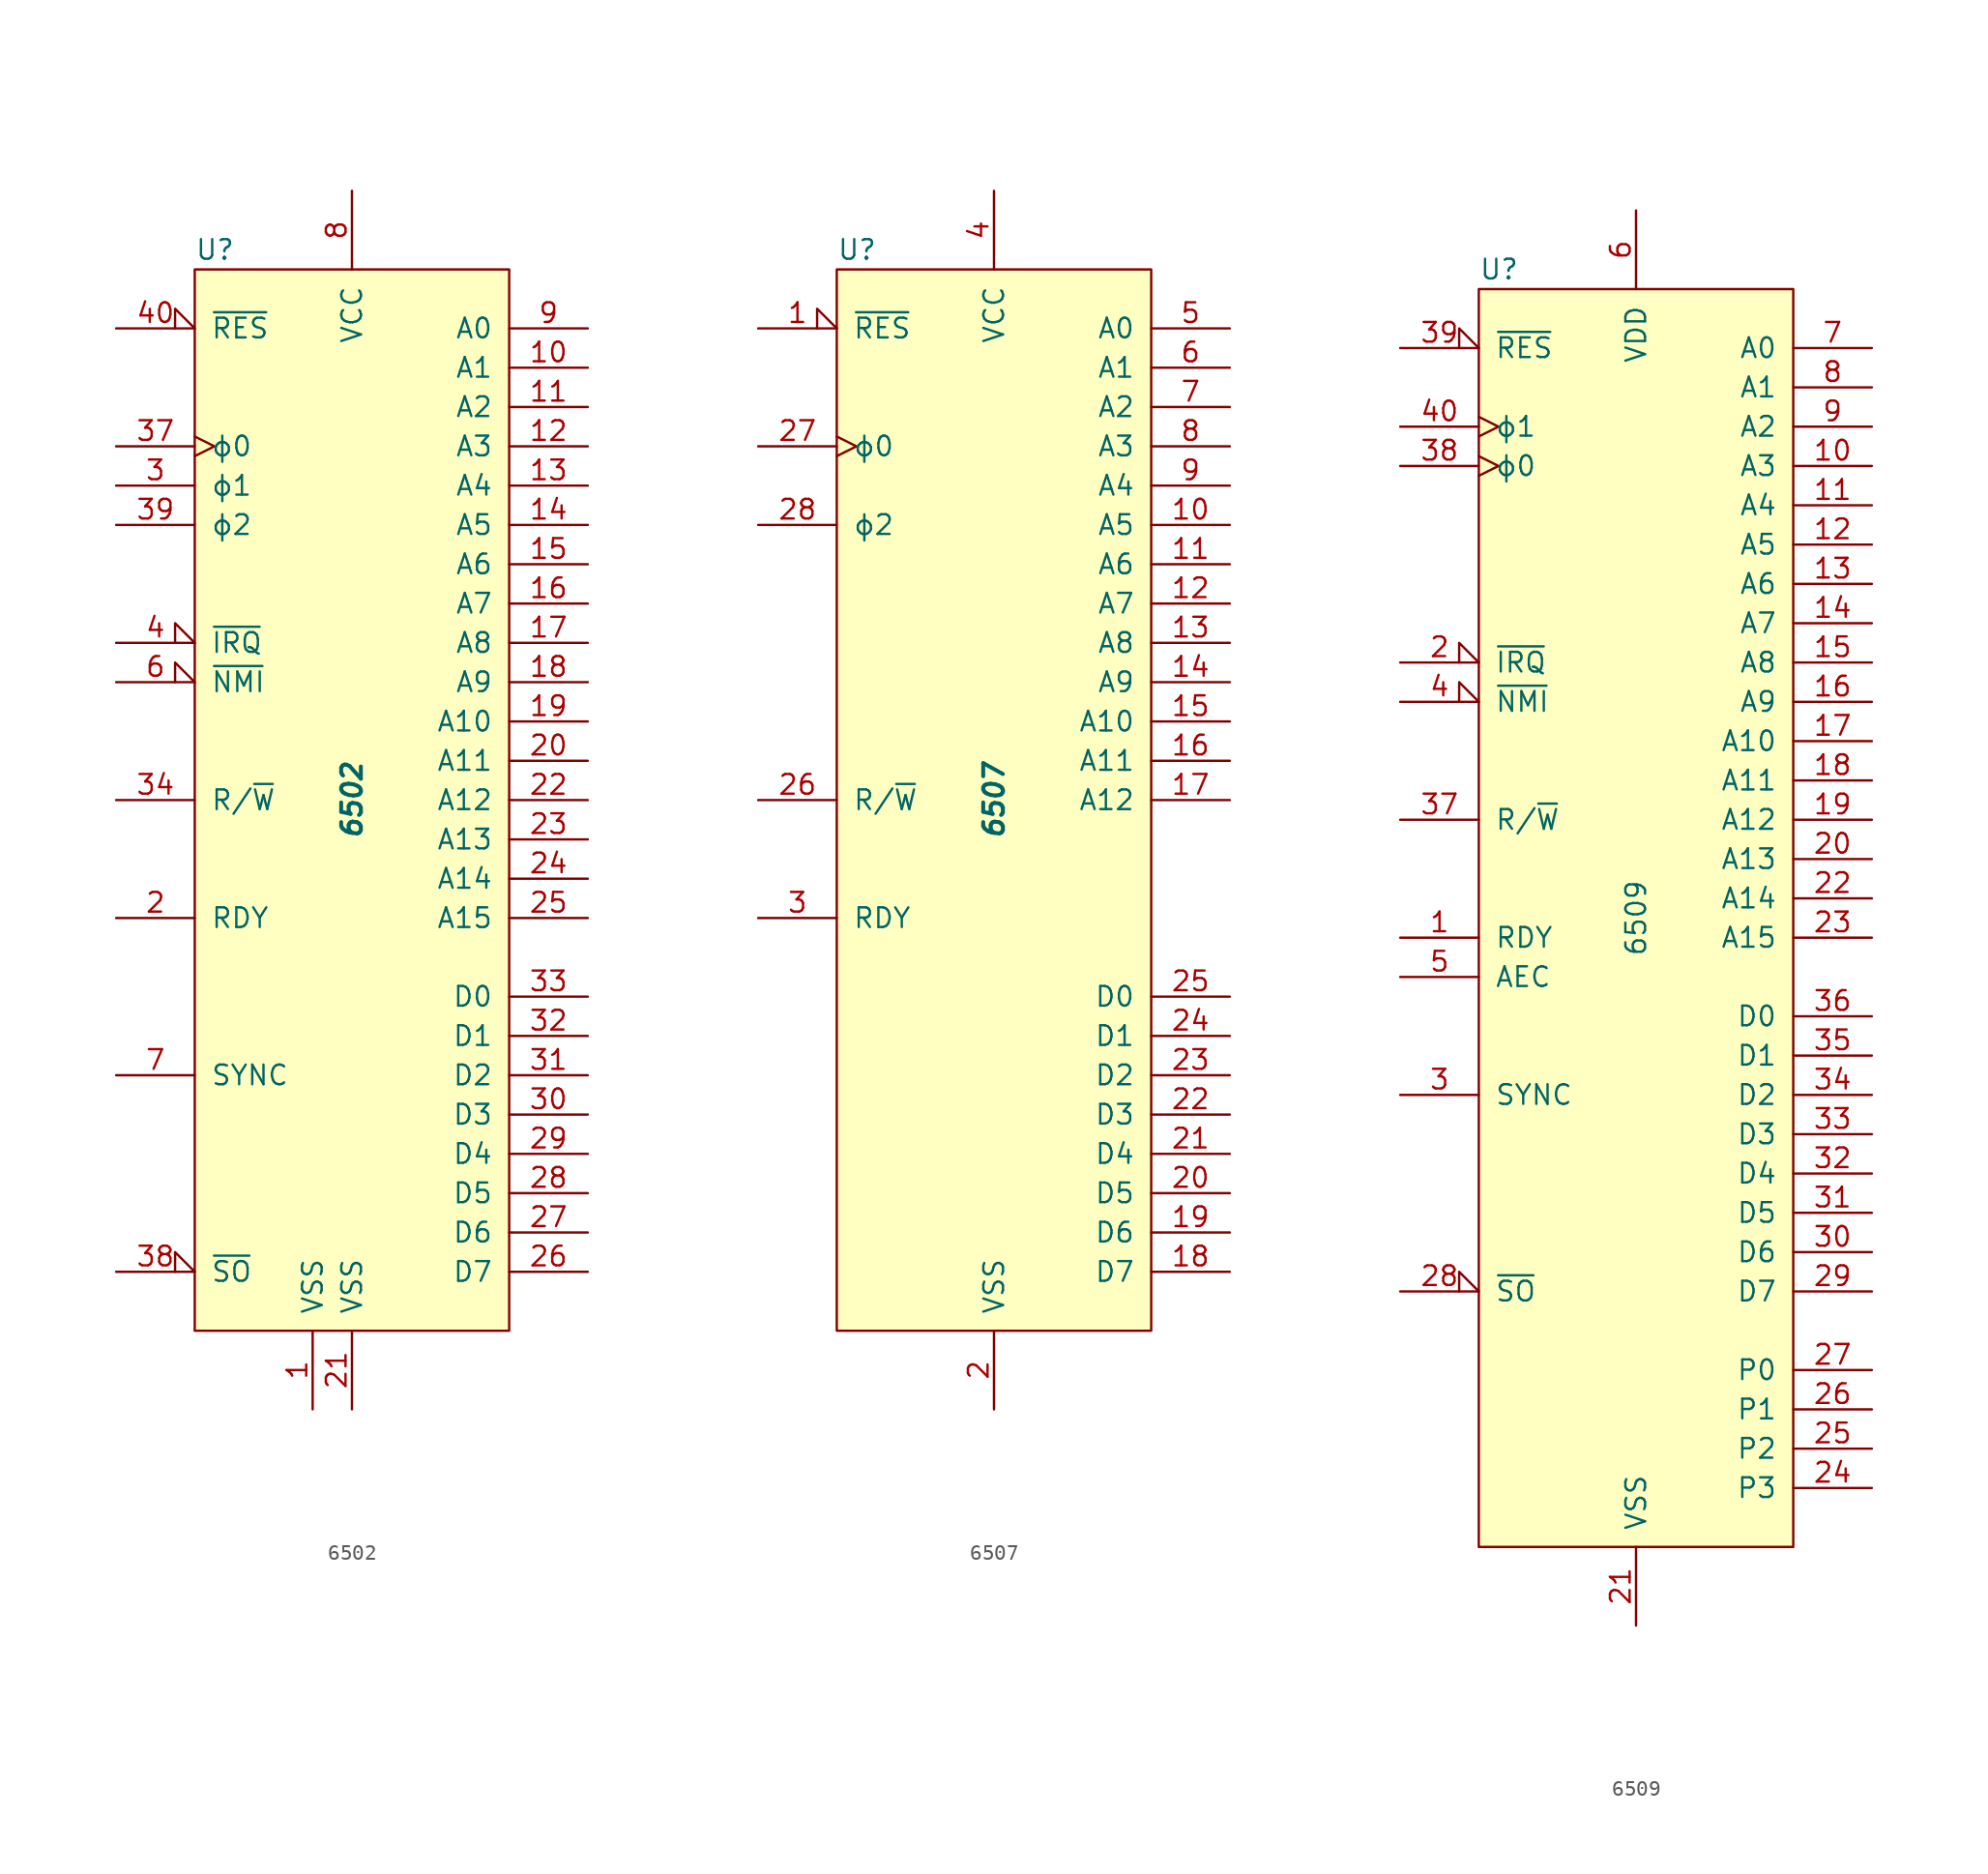
<source format=kicad_sym>
(kicad_symbol_lib
  (version 20201005)
  (generator kicad_symbol_editor)
  (symbol "6502"
    (pin_names
      (offset 1.016))
    (property "Reference" "U"
      (at -10.16 35.56 0)
      (effects (font (size 1.27 1.27)) (justify left)))
    (property "Value" "6502"
      (at 0 0 90)
      (effects (font (size 1.27 1.27) bold italic)))
    (symbol "6502_0_1"
      (rectangle (start -10.16 34.29) (end 10.16 -34.29) (stroke (width 0)) (fill (type background))))
    (symbol "6502_1_1"
      (pin power_in line (at -2.54 -39.37 90) (length 5.08) (name "VSS" (effects (font (size 1.27 1.27)))) (number "1" (effects (font (size 1.27 1.27)))))
      (pin output line (at 15.24 27.94 180) (length 5.08) (name "A1" (effects (font (size 1.27 1.27)))) (number "10" (effects (font (size 1.27 1.27)))))
      (pin output line (at 15.24 25.4 180) (length 5.08) (name "A2" (effects (font (size 1.27 1.27)))) (number "11" (effects (font (size 1.27 1.27)))))
      (pin output line (at 15.24 22.86 180) (length 5.08) (name "A3" (effects (font (size 1.27 1.27)))) (number "12" (effects (font (size 1.27 1.27)))))
      (pin output line (at 15.24 20.32 180) (length 5.08) (name "A4" (effects (font (size 1.27 1.27)))) (number "13" (effects (font (size 1.27 1.27)))))
      (pin output line (at 15.24 17.78 180) (length 5.08) (name "A5" (effects (font (size 1.27 1.27)))) (number "14" (effects (font (size 1.27 1.27)))))
      (pin output line (at 15.24 15.24 180) (length 5.08) (name "A6" (effects (font (size 1.27 1.27)))) (number "15" (effects (font (size 1.27 1.27)))))
      (pin output line (at 15.24 12.7 180) (length 5.08) (name "A7" (effects (font (size 1.27 1.27)))) (number "16" (effects (font (size 1.27 1.27)))))
      (pin output line (at 15.24 10.16 180) (length 5.08) (name "A8" (effects (font (size 1.27 1.27)))) (number "17" (effects (font (size 1.27 1.27)))))
      (pin output line (at 15.24 7.62 180) (length 5.08) (name "A9" (effects (font (size 1.27 1.27)))) (number "18" (effects (font (size 1.27 1.27)))))
      (pin output line (at 15.24 5.08 180) (length 5.08) (name "A10" (effects (font (size 1.27 1.27)))) (number "19" (effects (font (size 1.27 1.27)))))
      (pin input line (at -15.24 -7.62 0) (length 5.08) (name "RDY" (effects (font (size 1.27 1.27)))) (number "2" (effects (font (size 1.27 1.27)))))
      (pin output line (at 15.24 2.54 180) (length 5.08) (name "A11" (effects (font (size 1.27 1.27)))) (number "20" (effects (font (size 1.27 1.27)))))
      (pin power_in line (at 0 -39.37 90) (length 5.08) (name "VSS" (effects (font (size 1.27 1.27)))) (number "21" (effects (font (size 1.27 1.27)))))
      (pin output line (at 15.24 0 180) (length 5.08) (name "A12" (effects (font (size 1.27 1.27)))) (number "22" (effects (font (size 1.27 1.27)))))
      (pin output line (at 15.24 -2.54 180) (length 5.08) (name "A13" (effects (font (size 1.27 1.27)))) (number "23" (effects (font (size 1.27 1.27)))))
      (pin output line (at 15.24 -5.08 180) (length 5.08) (name "A14" (effects (font (size 1.27 1.27)))) (number "24" (effects (font (size 1.27 1.27)))))
      (pin output line (at 15.24 -7.62 180) (length 5.08) (name "A15" (effects (font (size 1.27 1.27)))) (number "25" (effects (font (size 1.27 1.27)))))
      (pin bidirectional line (at 15.24 -30.48 180) (length 5.08) (name "D7" (effects (font (size 1.27 1.27)))) (number "26" (effects (font (size 1.27 1.27)))))
      (pin bidirectional line (at 15.24 -27.94 180) (length 5.08) (name "D6" (effects (font (size 1.27 1.27)))) (number "27" (effects (font (size 1.27 1.27)))))
      (pin bidirectional line (at 15.24 -25.4 180) (length 5.08) (name "D5" (effects (font (size 1.27 1.27)))) (number "28" (effects (font (size 1.27 1.27)))))
      (pin bidirectional line (at 15.24 -22.86 180) (length 5.08) (name "D4" (effects (font (size 1.27 1.27)))) (number "29" (effects (font (size 1.27 1.27)))))
      (pin output line (at -15.24 20.32 0) (length 5.08) (name "ϕ1" (effects (font (size 1.27 1.27)))) (number "3" (effects (font (size 1.27 1.27)))))
      (pin bidirectional line (at 15.24 -20.32 180) (length 5.08) (name "D3" (effects (font (size 1.27 1.27)))) (number "30" (effects (font (size 1.27 1.27)))))
      (pin bidirectional line (at 15.24 -17.78 180) (length 5.08) (name "D2" (effects (font (size 1.27 1.27)))) (number "31" (effects (font (size 1.27 1.27)))))
      (pin bidirectional line (at 15.24 -15.24 180) (length 5.08) (name "D1" (effects (font (size 1.27 1.27)))) (number "32" (effects (font (size 1.27 1.27)))))
      (pin bidirectional line (at 15.24 -12.7 180) (length 5.08) (name "D0" (effects (font (size 1.27 1.27)))) (number "33" (effects (font (size 1.27 1.27)))))
      (pin output line (at -15.24 0 0) (length 5.08) (name "R/~W" (effects (font (size 1.27 1.27)))) (number "34" (effects (font (size 1.27 1.27)))))
      (pin unconnected non_logic (at -10.16 -25.4 0) (length 2.54) hide (name "nc" (effects (font (size 1.27 1.27)))) (number "35" (effects (font (size 1.27 1.27)))))
      (pin unconnected non_logic (at -10.16 -27.94 0) (length 2.54) hide (name "nc" (effects (font (size 1.27 1.27)))) (number "36" (effects (font (size 1.27 1.27)))))
      (pin input clock (at -15.24 22.86 0) (length 5.08) (name "ϕ0" (effects (font (size 1.27 1.27)))) (number "37" (effects (font (size 1.27 1.27)))))
      (pin input input_low (at -15.24 -30.48 0) (length 5.08) (name "~SO" (effects (font (size 1.27 1.27)))) (number "38" (effects (font (size 1.27 1.27)))))
      (pin output line (at -15.24 17.78 0) (length 5.08) (name "ϕ2" (effects (font (size 1.27 1.27)))) (number "39" (effects (font (size 1.27 1.27)))))
      (pin input input_low (at -15.24 10.16 0) (length 5.08) (name "~IRQ" (effects (font (size 1.27 1.27)))) (number "4" (effects (font (size 1.27 1.27)))))
      (pin input input_low (at -15.24 30.48 0) (length 5.08) (name "~RES" (effects (font (size 1.27 1.27)))) (number "40" (effects (font (size 1.27 1.27)))))
      (pin unconnected non_logic (at -10.16 -22.86 0) (length 2.565) hide (name "nc" (effects (font (size 1.27 1.27)))) (number "5" (effects (font (size 1.27 1.27)))))
      (pin input input_low (at -15.24 7.62 0) (length 5.08) (name "~NMI" (effects (font (size 1.27 1.27)))) (number "6" (effects (font (size 1.27 1.27)))))
      (pin output line (at -15.24 -17.78 0) (length 5.08) (name "SYNC" (effects (font (size 1.27 1.27)))) (number "7" (effects (font (size 1.27 1.27)))))
      (pin power_in line (at 0 39.37 270) (length 5.08) (name "VCC" (effects (font (size 1.27 1.27)))) (number "8" (effects (font (size 1.27 1.27)))))
      (pin output line (at 15.24 30.48 180) (length 5.08) (name "A0" (effects (font (size 1.27 1.27)))) (number "9" (effects (font (size 1.27 1.27)))))))
  (symbol "6507"
    (pin_names
      (offset 1.016))
    (property "Reference" "U"
      (at -10.16 35.56 0)
      (effects (font (size 1.27 1.27)) (justify left)))
    (property "Value" "6507"
      (at 0 0 90)
      (effects (font (size 1.27 1.27) bold italic)))
    (symbol "6507_0_1"
      (rectangle (start -10.16 34.29) (end 10.16 -34.29) (stroke (width 0)) (fill (type background))))
    (symbol "6507_1_1"
      (pin input input_low (at -15.24 30.48 0) (length 5.08) (name "~RES" (effects (font (size 1.27 1.27)))) (number "1" (effects (font (size 1.27 1.27)))))
      (pin output line (at 15.24 17.78 180) (length 5.08) (name "A5" (effects (font (size 1.27 1.27)))) (number "10" (effects (font (size 1.27 1.27)))))
      (pin output line (at 15.24 15.24 180) (length 5.08) (name "A6" (effects (font (size 1.27 1.27)))) (number "11" (effects (font (size 1.27 1.27)))))
      (pin output line (at 15.24 12.7 180) (length 5.08) (name "A7" (effects (font (size 1.27 1.27)))) (number "12" (effects (font (size 1.27 1.27)))))
      (pin output line (at 15.24 10.16 180) (length 5.08) (name "A8" (effects (font (size 1.27 1.27)))) (number "13" (effects (font (size 1.27 1.27)))))
      (pin output line (at 15.24 7.62 180) (length 5.08) (name "A9" (effects (font (size 1.27 1.27)))) (number "14" (effects (font (size 1.27 1.27)))))
      (pin output line (at 15.24 5.08 180) (length 5.08) (name "A10" (effects (font (size 1.27 1.27)))) (number "15" (effects (font (size 1.27 1.27)))))
      (pin output line (at 15.24 2.54 180) (length 5.08) (name "A11" (effects (font (size 1.27 1.27)))) (number "16" (effects (font (size 1.27 1.27)))))
      (pin output line (at 15.24 0 180) (length 5.08) (name "A12" (effects (font (size 1.27 1.27)))) (number "17" (effects (font (size 1.27 1.27)))))
      (pin bidirectional line (at 15.24 -30.48 180) (length 5.08) (name "D7" (effects (font (size 1.27 1.27)))) (number "18" (effects (font (size 1.27 1.27)))))
      (pin bidirectional line (at 15.24 -27.94 180) (length 5.08) (name "D6" (effects (font (size 1.27 1.27)))) (number "19" (effects (font (size 1.27 1.27)))))
      (pin power_in line (at 0 -39.37 90) (length 5.08) (name "VSS" (effects (font (size 1.27 1.27)))) (number "2" (effects (font (size 1.27 1.27)))))
      (pin bidirectional line (at 15.24 -25.4 180) (length 5.08) (name "D5" (effects (font (size 1.27 1.27)))) (number "20" (effects (font (size 1.27 1.27)))))
      (pin bidirectional line (at 15.24 -22.86 180) (length 5.08) (name "D4" (effects (font (size 1.27 1.27)))) (number "21" (effects (font (size 1.27 1.27)))))
      (pin bidirectional line (at 15.24 -20.32 180) (length 5.08) (name "D3" (effects (font (size 1.27 1.27)))) (number "22" (effects (font (size 1.27 1.27)))))
      (pin bidirectional line (at 15.24 -17.78 180) (length 5.08) (name "D2" (effects (font (size 1.27 1.27)))) (number "23" (effects (font (size 1.27 1.27)))))
      (pin bidirectional line (at 15.24 -15.24 180) (length 5.08) (name "D1" (effects (font (size 1.27 1.27)))) (number "24" (effects (font (size 1.27 1.27)))))
      (pin bidirectional line (at 15.24 -12.7 180) (length 5.08) (name "D0" (effects (font (size 1.27 1.27)))) (number "25" (effects (font (size 1.27 1.27)))))
      (pin output line (at -15.24 0 0) (length 5.08) (name "R/~W" (effects (font (size 1.27 1.27)))) (number "26" (effects (font (size 1.27 1.27)))))
      (pin input clock (at -15.24 22.86 0) (length 5.08) (name "ϕ0" (effects (font (size 1.27 1.27)))) (number "27" (effects (font (size 1.27 1.27)))))
      (pin output line (at -15.24 17.78 0) (length 5.08) (name "ϕ2" (effects (font (size 1.27 1.27)))) (number "28" (effects (font (size 1.27 1.27)))))
      (pin input line (at -15.24 -7.62 0) (length 5.08) (name "RDY" (effects (font (size 1.27 1.27)))) (number "3" (effects (font (size 1.27 1.27)))))
      (pin power_in line (at 0 39.37 270) (length 5.08) (name "VCC" (effects (font (size 1.27 1.27)))) (number "4" (effects (font (size 1.27 1.27)))))
      (pin output line (at 15.24 30.48 180) (length 5.08) (name "A0" (effects (font (size 1.27 1.27)))) (number "5" (effects (font (size 1.27 1.27)))))
      (pin output line (at 15.24 27.94 180) (length 5.08) (name "A1" (effects (font (size 1.27 1.27)))) (number "6" (effects (font (size 1.27 1.27)))))
      (pin output line (at 15.24 25.4 180) (length 5.08) (name "A2" (effects (font (size 1.27 1.27)))) (number "7" (effects (font (size 1.27 1.27)))))
      (pin output line (at 15.24 22.86 180) (length 5.08) (name "A3" (effects (font (size 1.27 1.27)))) (number "8" (effects (font (size 1.27 1.27)))))
      (pin output line (at 15.24 20.32 180) (length 5.08) (name "A4" (effects (font (size 1.27 1.27)))) (number "9" (effects (font (size 1.27 1.27)))))))
  (symbol "6509"
    (pin_names
      (offset 1.016))
    (property "Reference" "U"
      (at -10.16 41.91 0)
      (effects (font (size 1.27 1.27)) (justify left)))
    (property "Value" "6509"
      (at 0 0 90)
      (effects (font (size 1.27 1.27))))
    (symbol "6509_0_1"
      (rectangle (start -10.16 40.64) (end 10.16 -40.64) (stroke (width 0)) (fill (type background))))
    (symbol "6509_1_1"
      (pin input line (at -15.24 -1.27 0) (length 5.08) (name "RDY" (effects (font (size 1.27 1.27)))) (number "1" (effects (font (size 1.27 1.27)))))
      (pin tri_state line (at 15.24 29.21 180) (length 5.08) (name "A3" (effects (font (size 1.27 1.27)))) (number "10" (effects (font (size 1.27 1.27)))))
      (pin tri_state line (at 15.24 26.67 180) (length 5.08) (name "A4" (effects (font (size 1.27 1.27)))) (number "11" (effects (font (size 1.27 1.27)))))
      (pin tri_state line (at 15.24 24.13 180) (length 5.08) (name "A5" (effects (font (size 1.27 1.27)))) (number "12" (effects (font (size 1.27 1.27)))))
      (pin tri_state line (at 15.24 21.59 180) (length 5.08) (name "A6" (effects (font (size 1.27 1.27)))) (number "13" (effects (font (size 1.27 1.27)))))
      (pin tri_state line (at 15.24 19.05 180) (length 5.08) (name "A7" (effects (font (size 1.27 1.27)))) (number "14" (effects (font (size 1.27 1.27)))))
      (pin tri_state line (at 15.24 16.51 180) (length 5.08) (name "A8" (effects (font (size 1.27 1.27)))) (number "15" (effects (font (size 1.27 1.27)))))
      (pin tri_state line (at 15.24 13.97 180) (length 5.08) (name "A9" (effects (font (size 1.27 1.27)))) (number "16" (effects (font (size 1.27 1.27)))))
      (pin tri_state line (at 15.24 11.43 180) (length 5.08) (name "A10" (effects (font (size 1.27 1.27)))) (number "17" (effects (font (size 1.27 1.27)))))
      (pin tri_state line (at 15.24 8.89 180) (length 5.08) (name "A11" (effects (font (size 1.27 1.27)))) (number "18" (effects (font (size 1.27 1.27)))))
      (pin tri_state line (at 15.24 6.35 180) (length 5.08) (name "A12" (effects (font (size 1.27 1.27)))) (number "19" (effects (font (size 1.27 1.27)))))
      (pin input input_low (at -15.24 16.51 0) (length 5.08) (name "~IRQ" (effects (font (size 1.27 1.27)))) (number "2" (effects (font (size 1.27 1.27)))))
      (pin tri_state line (at 15.24 3.81 180) (length 5.08) (name "A13" (effects (font (size 1.27 1.27)))) (number "20" (effects (font (size 1.27 1.27)))))
      (pin power_in line (at 0 -45.72 90) (length 5.08) (name "VSS" (effects (font (size 1.27 1.27)))) (number "21" (effects (font (size 1.27 1.27)))))
      (pin tri_state line (at 15.24 1.27 180) (length 5.08) (name "A14" (effects (font (size 1.27 1.27)))) (number "22" (effects (font (size 1.27 1.27)))))
      (pin tri_state line (at 15.24 -1.27 180) (length 5.08) (name "A15" (effects (font (size 1.27 1.27)))) (number "23" (effects (font (size 1.27 1.27)))))
      (pin output line (at 15.24 -36.83 180) (length 5.08) (name "P3" (effects (font (size 1.27 1.27)))) (number "24" (effects (font (size 1.27 1.27)))))
      (pin output line (at 15.24 -34.29 180) (length 5.08) (name "P2" (effects (font (size 1.27 1.27)))) (number "25" (effects (font (size 1.27 1.27)))))
      (pin output line (at 15.24 -31.75 180) (length 5.08) (name "P1" (effects (font (size 1.27 1.27)))) (number "26" (effects (font (size 1.27 1.27)))))
      (pin output line (at 15.24 -29.21 180) (length 5.08) (name "P0" (effects (font (size 1.27 1.27)))) (number "27" (effects (font (size 1.27 1.27)))))
      (pin input input_low (at -15.24 -24.13 0) (length 5.08) (name "~SO" (effects (font (size 1.27 1.27)))) (number "28" (effects (font (size 1.27 1.27)))))
      (pin bidirectional line (at 15.24 -24.13 180) (length 5.08) (name "D7" (effects (font (size 1.27 1.27)))) (number "29" (effects (font (size 1.27 1.27)))))
      (pin output line (at -15.24 -11.43 0) (length 5.08) (name "SYNC" (effects (font (size 1.27 1.27)))) (number "3" (effects (font (size 1.27 1.27)))))
      (pin bidirectional line (at 15.24 -21.59 180) (length 5.08) (name "D6" (effects (font (size 1.27 1.27)))) (number "30" (effects (font (size 1.27 1.27)))))
      (pin bidirectional line (at 15.24 -19.05 180) (length 5.08) (name "D5" (effects (font (size 1.27 1.27)))) (number "31" (effects (font (size 1.27 1.27)))))
      (pin bidirectional line (at 15.24 -16.51 180) (length 5.08) (name "D4" (effects (font (size 1.27 1.27)))) (number "32" (effects (font (size 1.27 1.27)))))
      (pin bidirectional line (at 15.24 -13.97 180) (length 5.08) (name "D3" (effects (font (size 1.27 1.27)))) (number "33" (effects (font (size 1.27 1.27)))))
      (pin bidirectional line (at 15.24 -11.43 180) (length 5.08) (name "D2" (effects (font (size 1.27 1.27)))) (number "34" (effects (font (size 1.27 1.27)))))
      (pin bidirectional line (at 15.24 -8.89 180) (length 5.08) (name "D1" (effects (font (size 1.27 1.27)))) (number "35" (effects (font (size 1.27 1.27)))))
      (pin bidirectional line (at 15.24 -6.35 180) (length 5.08) (name "D0" (effects (font (size 1.27 1.27)))) (number "36" (effects (font (size 1.27 1.27)))))
      (pin tri_state line (at -15.24 6.35 0) (length 5.08) (name "R/~W" (effects (font (size 1.27 1.27)))) (number "37" (effects (font (size 1.27 1.27)))))
      (pin input clock (at -15.24 29.21 0) (length 5.08) (name "ϕ0" (effects (font (size 1.27 1.27)))) (number "38" (effects (font (size 1.27 1.27)))))
      (pin input input_low (at -15.24 36.83 0) (length 5.08) (name "~RES" (effects (font (size 1.27 1.27)))) (number "39" (effects (font (size 1.27 1.27)))))
      (pin input input_low (at -15.24 13.97 0) (length 5.08) (name "~NMI" (effects (font (size 1.27 1.27)))) (number "4" (effects (font (size 1.27 1.27)))))
      (pin input clock (at -15.24 31.75 0) (length 5.08) (name "ϕ1" (effects (font (size 1.27 1.27)))) (number "40" (effects (font (size 1.27 1.27)))))
      (pin input line (at -15.24 -3.81 0) (length 5.08) (name "AEC" (effects (font (size 1.27 1.27)))) (number "5" (effects (font (size 1.27 1.27)))))
      (pin power_in line (at 0 45.72 270) (length 5.08) (name "VDD" (effects (font (size 1.27 1.27)))) (number "6" (effects (font (size 1.27 1.27)))))
      (pin tri_state line (at 15.24 36.83 180) (length 5.08) (name "A0" (effects (font (size 1.27 1.27)))) (number "7" (effects (font (size 1.27 1.27)))))
      (pin tri_state line (at 15.24 34.29 180) (length 5.08) (name "A1" (effects (font (size 1.27 1.27)))) (number "8" (effects (font (size 1.27 1.27)))))
      (pin tri_state line (at 15.24 31.75 180) (length 5.08) (name "A2" (effects (font (size 1.27 1.27)))) (number "9" (effects (font (size 1.27 1.27))))))))
</source>
